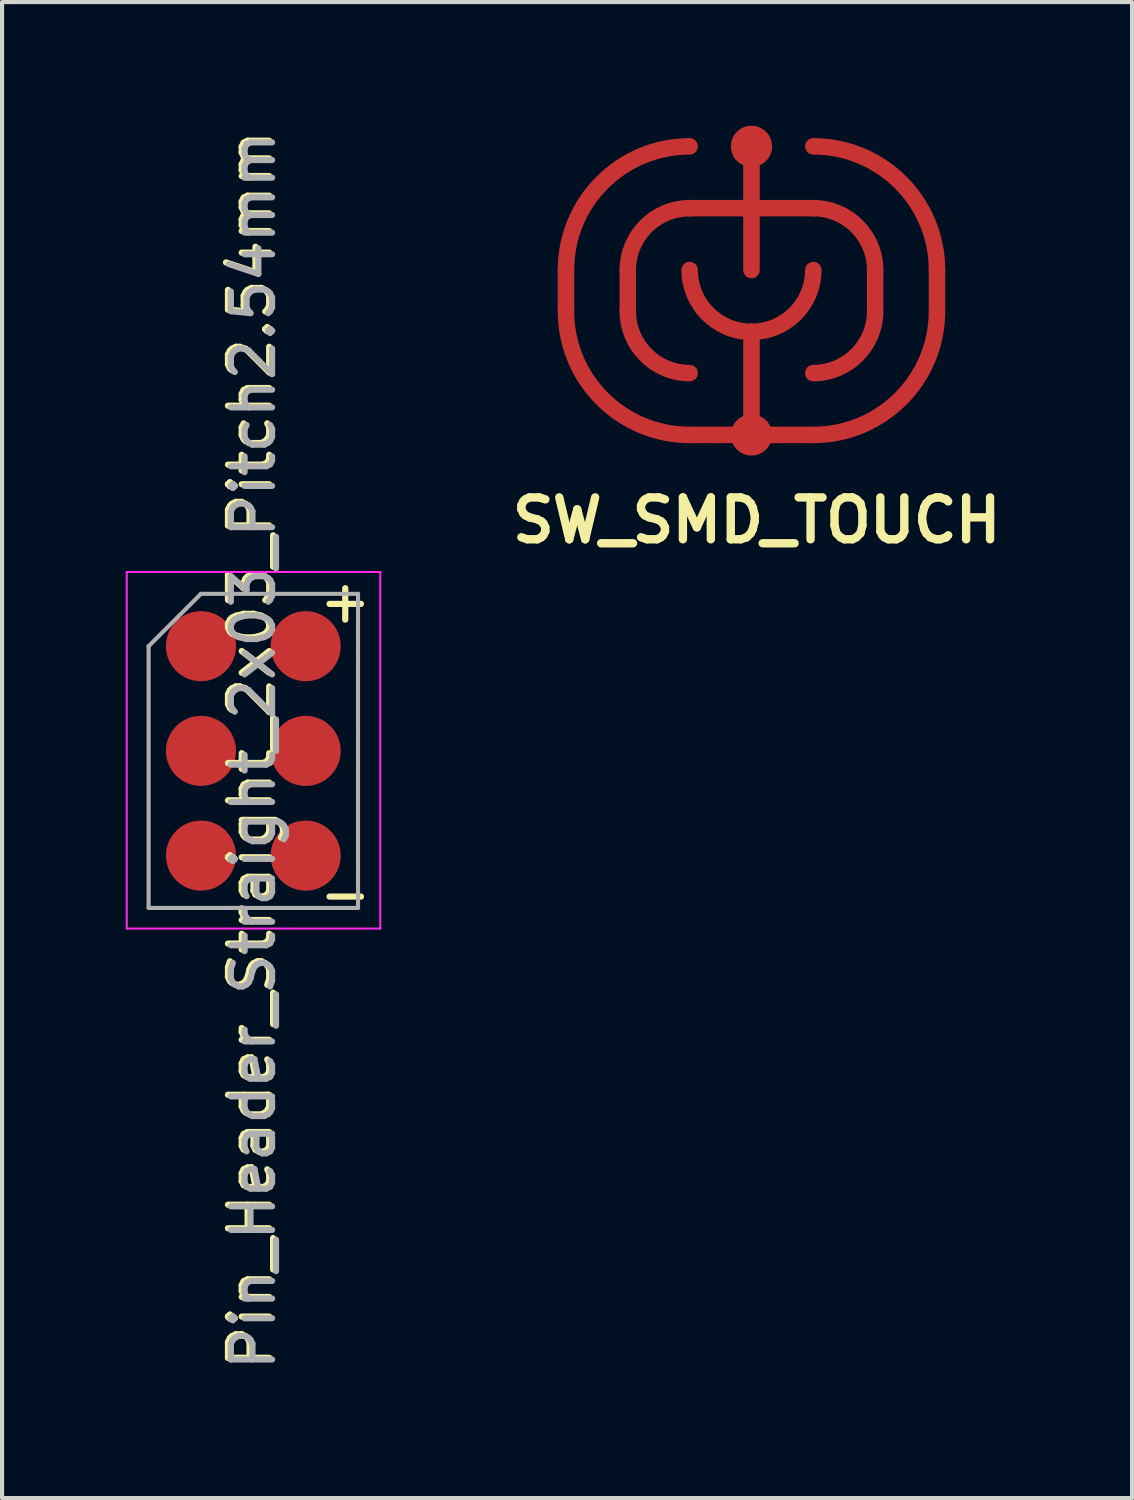
<source format=kicad_pcb>
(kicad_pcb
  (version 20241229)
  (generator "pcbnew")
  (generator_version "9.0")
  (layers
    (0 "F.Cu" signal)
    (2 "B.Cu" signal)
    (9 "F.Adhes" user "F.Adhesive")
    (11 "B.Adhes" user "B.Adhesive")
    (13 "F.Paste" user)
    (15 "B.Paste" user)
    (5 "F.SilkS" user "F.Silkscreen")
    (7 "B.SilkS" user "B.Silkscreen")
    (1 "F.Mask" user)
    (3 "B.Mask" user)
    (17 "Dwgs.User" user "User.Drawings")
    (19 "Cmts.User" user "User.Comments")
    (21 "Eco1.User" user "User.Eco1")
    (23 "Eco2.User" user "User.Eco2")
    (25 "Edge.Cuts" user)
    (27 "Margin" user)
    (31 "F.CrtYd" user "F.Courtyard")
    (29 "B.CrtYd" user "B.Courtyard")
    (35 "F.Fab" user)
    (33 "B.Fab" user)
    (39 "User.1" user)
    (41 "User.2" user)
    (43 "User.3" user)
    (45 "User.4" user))
  (footprint "SW_SMD_TOUCH"
    (layer "F.Cu")
    (at 15.179 5)
    (property "Reference" "SW_SMD_TOUCH" (at 0.127 4.572 0) (layer "F.SilkS") (effects (font (size 1.016 1.016) (thickness 0.203))))
    (attr through_hole)
    (fp_line (start -4.5 -0.5) (end -4.5 -1.5) (stroke (width 0.4) (type solid)) (layer "F.Cu"))
    (fp_line (start -3 -1.5) (end -3 -0.5) (stroke (width 0.4) (type solid)) (layer "F.Cu"))
    (fp_line (start -1.5 -3) (end 1.5 -3) (stroke (width 0.4) (type solid)) (layer "F.Cu"))
    (fp_line (start -1.5 2.5) (end 1.5 2.5) (stroke (width 0.4) (type solid)) (layer "F.Cu"))
    (fp_line (start 0 -1.5) (end 0 -4.5) (stroke (width 0.4) (type solid)) (layer "F.Cu"))
    (fp_line (start 0 2.5) (end 0 0) (stroke (width 0.4) (type solid)) (layer "F.Cu"))
    (fp_line (start 3 -1.5) (end 3 -0.5) (stroke (width 0.4) (type solid)) (layer "F.Cu"))
    (fp_line (start 4.5 -0.5) (end 4.5 -1.5) (stroke (width 0.4) (type solid)) (layer "F.Cu"))
    (fp_arc (start -4.5 -1.5) (mid -3.62132 -3.62132) (end -1.5 -4.5) (stroke (width 0.4) (type solid)) (layer "F.Cu"))
    (fp_arc (start -3 -1.5) (mid -2.56066 -2.56066) (end -1.5 -3) (stroke (width 0.4) (type solid)) (layer "F.Cu"))
    (fp_arc (start -1.5 1) (mid -2.56066 0.56066) (end -3 -0.5) (stroke (width 0.4) (type solid)) (layer "F.Cu"))
    (fp_arc (start -1.5 2.5) (mid -3.62132 1.62132) (end -4.5 -0.5) (stroke (width 0.4) (type solid)) (layer "F.Cu"))
    (fp_arc (start 0 0) (mid -1.06066 -0.43934) (end -1.5 -1.5) (stroke (width 0.4) (type solid)) (layer "F.Cu"))
    (fp_arc (start 1.5 -4.5) (mid 3.62132 -3.62132) (end 4.5 -1.5) (stroke (width 0.4) (type solid)) (layer "F.Cu"))
    (fp_arc (start 1.5 -3) (mid 2.56066 -2.56066) (end 3 -1.5) (stroke (width 0.4) (type solid)) (layer "F.Cu"))
    (fp_arc (start 1.5 -1.5) (mid 1.06066 -0.43934) (end 0 0) (stroke (width 0.4) (type solid)) (layer "F.Cu"))
    (fp_arc (start 3 -0.5) (mid 2.56066 0.56066) (end 1.5 1) (stroke (width 0.4) (type solid)) (layer "F.Cu"))
    (fp_arc (start 4.5 -0.5) (mid 3.62132 1.62132) (end 1.5 2.5) (stroke (width 0.4) (type solid)) (layer "F.Cu"))
    (pad "1" smd circle (at 0 -4.5) (size 1 1) (layers "F.Cu"))
    (pad "2" smd circle (at 0 2.5) (size 1 1) (layers "F.Cu")))
  (footprint "Pin_Header_Straight_2x03_Pitch2.54mm"
    (layer "F.Cu")
    (at 1.825 12.625)
    (property "Reference" "Pin_Header_Straight_2x03_Pitch2.54mm" (at 1.2 2.5 90) (layer "F.SilkS") (effects (font (size 1 1) (thickness 0.15))))
    (attr through_hole)
    (fp_line (start -1.8 -1.8) (end -1.8 6.85) (stroke (width 0.05) (type solid)) (layer "F.CrtYd"))
    (fp_line (start -1.8 6.85) (end 4.35 6.85) (stroke (width 0.05) (type solid)) (layer "F.CrtYd"))
    (fp_line (start 4.35 -1.8) (end -1.8 -1.8) (stroke (width 0.05) (type solid)) (layer "F.CrtYd"))
    (fp_line (start 4.35 6.85) (end 4.35 -1.8) (stroke (width 0.05) (type solid)) (layer "F.CrtYd"))
    (fp_line (start -1.27 0) (end 0 -1.27) (stroke (width 0.1) (type solid)) (layer "F.Fab"))
    (fp_line (start -1.27 6.35) (end -1.27 0) (stroke (width 0.1) (type solid)) (layer "F.Fab"))
    (fp_line (start 0 -1.27) (end 3.81 -1.27) (stroke (width 0.1) (type solid)) (layer "F.Fab"))
    (fp_line (start 3.81 -1.27) (end 3.81 6.35) (stroke (width 0.1) (type solid)) (layer "F.Fab"))
    (fp_line (start 3.81 6.35) (end -1.27 6.35) (stroke (width 0.1) (type solid)) (layer "F.Fab"))
    (fp_text user "-" (at 3.5 6 0) (layer "F.SilkS") (effects (font (size 1 1) (thickness 0.15))))
    (fp_text user "+" (at 3.5 -1.1 0) (layer "F.SilkS") (effects (font (size 1 1) (thickness 0.15))))
    (fp_text user "${REFERENCE}" (at 1.27 2.54 90) (layer "F.Fab") (effects (font (size 1 1) (thickness 0.15))))
    (pad "1" smd circle (at 0 0) (size 1.7 1.7) (layers "F.Cu" "F.Mask" "F.Paste"))
    (pad "2" smd oval (at 2.54 0) (size 1.7 1.7) (layers "F.Cu" "F.Mask" "F.Paste"))
    (pad "3" smd oval (at 0 2.54) (size 1.7 1.7) (layers "F.Cu" "F.Mask" "F.Paste"))
    (pad "4" smd oval (at 2.54 2.54) (size 1.7 1.7) (layers "F.Cu" "F.Mask" "F.Paste"))
    (pad "5" smd oval (at 0 5.08) (size 1.7 1.7) (layers "F.Cu" "F.Mask" "F.Paste"))
    (pad "6" smd oval (at 2.54 5.08) (size 1.7 1.7) (layers "F.Cu" "F.Mask" "F.Paste")))
  (gr_rect
    (start -3 -3)
    (end 24.411 33.29)
    (stroke (width 0.1) (type default))
    (fill no)
    (layer "Edge.Cuts")))
</source>
